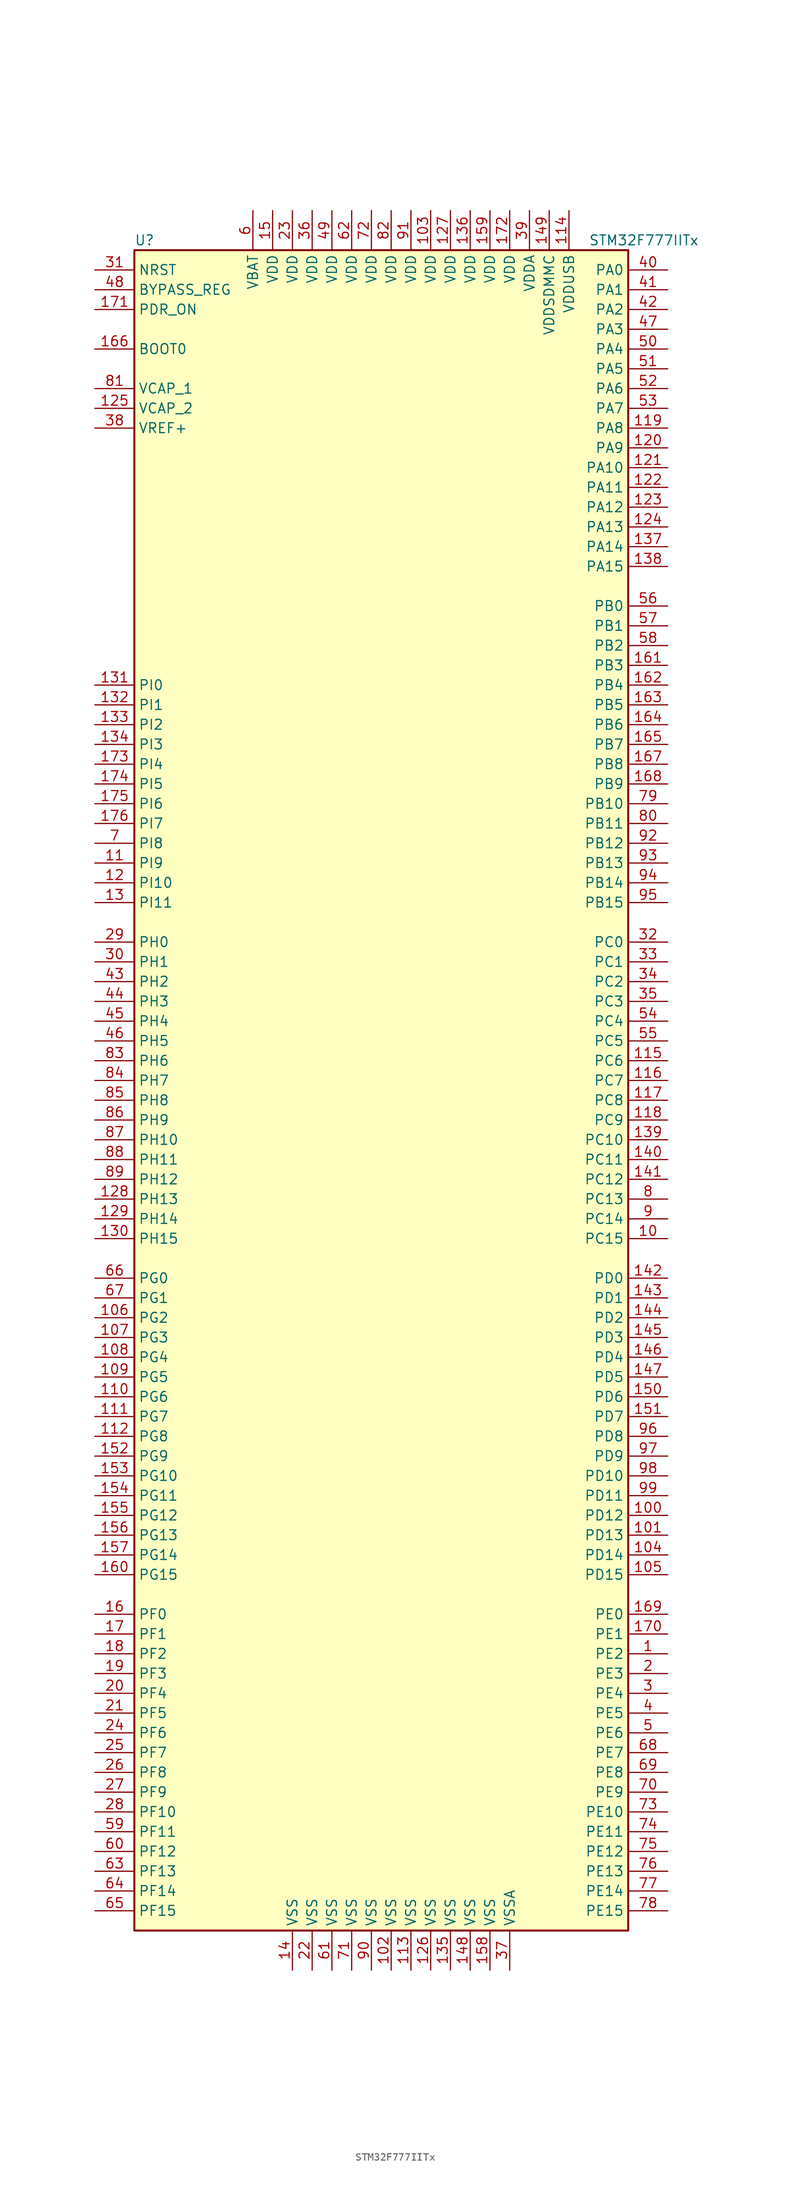
<source format=kicad_sym>
(kicad_symbol_lib
  (version 20201005)
  (generator kicad_symbol_editor)
  (symbol "STM32F777IITx"
    (property "Reference" "U"
      (at -33.02 107.95 0)
      (effects (font (size 1.27 1.27)) (justify left)))
    (property "Value" "STM32F777IITx"
      (at 25.4 107.95 0)
      (effects (font (size 1.27 1.27)) (justify left)))
    (symbol "STM32F777IITx_0_1"
      (rectangle (start -33.02 -109.22) (end 30.48 106.68) (stroke (width 0.254)) (fill (type background))))
    (symbol "STM32F777IITx_1_1"
      (pin bidirectional line (at 35.56 -73.66 180) (length 5.08) (name "PE2" (effects (font (size 1.27 1.27)))) (number "1" (effects (font (size 1.27 1.27)))))
      (pin bidirectional line (at 35.56 -20.32 180) (length 5.08) (name "PC15" (effects (font (size 1.27 1.27)))) (number "10" (effects (font (size 1.27 1.27)))))
      (pin bidirectional line (at 35.56 -55.88 180) (length 5.08) (name "PD12" (effects (font (size 1.27 1.27)))) (number "100" (effects (font (size 1.27 1.27)))))
      (pin bidirectional line (at 35.56 -58.42 180) (length 5.08) (name "PD13" (effects (font (size 1.27 1.27)))) (number "101" (effects (font (size 1.27 1.27)))))
      (pin power_in line (at 0 -114.3 90) (length 5.08) (name "VSS" (effects (font (size 1.27 1.27)))) (number "102" (effects (font (size 1.27 1.27)))))
      (pin power_in line (at 5.08 111.76 270) (length 5.08) (name "VDD" (effects (font (size 1.27 1.27)))) (number "103" (effects (font (size 1.27 1.27)))))
      (pin bidirectional line (at 35.56 -60.96 180) (length 5.08) (name "PD14" (effects (font (size 1.27 1.27)))) (number "104" (effects (font (size 1.27 1.27)))))
      (pin bidirectional line (at 35.56 -63.5 180) (length 5.08) (name "PD15" (effects (font (size 1.27 1.27)))) (number "105" (effects (font (size 1.27 1.27)))))
      (pin bidirectional line (at -38.1 -30.48 0) (length 5.08) (name "PG2" (effects (font (size 1.27 1.27)))) (number "106" (effects (font (size 1.27 1.27)))))
      (pin bidirectional line (at -38.1 -33.02 0) (length 5.08) (name "PG3" (effects (font (size 1.27 1.27)))) (number "107" (effects (font (size 1.27 1.27)))))
      (pin bidirectional line (at -38.1 -35.56 0) (length 5.08) (name "PG4" (effects (font (size 1.27 1.27)))) (number "108" (effects (font (size 1.27 1.27)))))
      (pin bidirectional line (at -38.1 -38.1 0) (length 5.08) (name "PG5" (effects (font (size 1.27 1.27)))) (number "109" (effects (font (size 1.27 1.27)))))
      (pin bidirectional line (at -38.1 27.94 0) (length 5.08) (name "PI9" (effects (font (size 1.27 1.27)))) (number "11" (effects (font (size 1.27 1.27)))))
      (pin bidirectional line (at -38.1 -40.64 0) (length 5.08) (name "PG6" (effects (font (size 1.27 1.27)))) (number "110" (effects (font (size 1.27 1.27)))))
      (pin bidirectional line (at -38.1 -43.18 0) (length 5.08) (name "PG7" (effects (font (size 1.27 1.27)))) (number "111" (effects (font (size 1.27 1.27)))))
      (pin bidirectional line (at -38.1 -45.72 0) (length 5.08) (name "PG8" (effects (font (size 1.27 1.27)))) (number "112" (effects (font (size 1.27 1.27)))))
      (pin power_in line (at 2.54 -114.3 90) (length 5.08) (name "VSS" (effects (font (size 1.27 1.27)))) (number "113" (effects (font (size 1.27 1.27)))))
      (pin power_in line (at 22.86 111.76 270) (length 5.08) (name "VDDUSB" (effects (font (size 1.27 1.27)))) (number "114" (effects (font (size 1.27 1.27)))))
      (pin bidirectional line (at 35.56 2.54 180) (length 5.08) (name "PC6" (effects (font (size 1.27 1.27)))) (number "115" (effects (font (size 1.27 1.27)))))
      (pin bidirectional line (at 35.56 0 180) (length 5.08) (name "PC7" (effects (font (size 1.27 1.27)))) (number "116" (effects (font (size 1.27 1.27)))))
      (pin bidirectional line (at 35.56 -2.54 180) (length 5.08) (name "PC8" (effects (font (size 1.27 1.27)))) (number "117" (effects (font (size 1.27 1.27)))))
      (pin bidirectional line (at 35.56 -5.08 180) (length 5.08) (name "PC9" (effects (font (size 1.27 1.27)))) (number "118" (effects (font (size 1.27 1.27)))))
      (pin bidirectional line (at 35.56 83.82 180) (length 5.08) (name "PA8" (effects (font (size 1.27 1.27)))) (number "119" (effects (font (size 1.27 1.27)))))
      (pin bidirectional line (at -38.1 25.4 0) (length 5.08) (name "PI10" (effects (font (size 1.27 1.27)))) (number "12" (effects (font (size 1.27 1.27)))))
      (pin bidirectional line (at 35.56 81.28 180) (length 5.08) (name "PA9" (effects (font (size 1.27 1.27)))) (number "120" (effects (font (size 1.27 1.27)))))
      (pin bidirectional line (at 35.56 78.74 180) (length 5.08) (name "PA10" (effects (font (size 1.27 1.27)))) (number "121" (effects (font (size 1.27 1.27)))))
      (pin bidirectional line (at 35.56 76.2 180) (length 5.08) (name "PA11" (effects (font (size 1.27 1.27)))) (number "122" (effects (font (size 1.27 1.27)))))
      (pin bidirectional line (at 35.56 73.66 180) (length 5.08) (name "PA12" (effects (font (size 1.27 1.27)))) (number "123" (effects (font (size 1.27 1.27)))))
      (pin bidirectional line (at 35.56 71.12 180) (length 5.08) (name "PA13" (effects (font (size 1.27 1.27)))) (number "124" (effects (font (size 1.27 1.27)))))
      (pin power_in line (at -38.1 86.36 0) (length 5.08) (name "VCAP_2" (effects (font (size 1.27 1.27)))) (number "125" (effects (font (size 1.27 1.27)))))
      (pin power_in line (at 5.08 -114.3 90) (length 5.08) (name "VSS" (effects (font (size 1.27 1.27)))) (number "126" (effects (font (size 1.27 1.27)))))
      (pin power_in line (at 7.62 111.76 270) (length 5.08) (name "VDD" (effects (font (size 1.27 1.27)))) (number "127" (effects (font (size 1.27 1.27)))))
      (pin bidirectional line (at -38.1 -15.24 0) (length 5.08) (name "PH13" (effects (font (size 1.27 1.27)))) (number "128" (effects (font (size 1.27 1.27)))))
      (pin bidirectional line (at -38.1 -17.78 0) (length 5.08) (name "PH14" (effects (font (size 1.27 1.27)))) (number "129" (effects (font (size 1.27 1.27)))))
      (pin bidirectional line (at -38.1 22.86 0) (length 5.08) (name "PI11" (effects (font (size 1.27 1.27)))) (number "13" (effects (font (size 1.27 1.27)))))
      (pin bidirectional line (at -38.1 -20.32 0) (length 5.08) (name "PH15" (effects (font (size 1.27 1.27)))) (number "130" (effects (font (size 1.27 1.27)))))
      (pin bidirectional line (at -38.1 50.8 0) (length 5.08) (name "PI0" (effects (font (size 1.27 1.27)))) (number "131" (effects (font (size 1.27 1.27)))))
      (pin bidirectional line (at -38.1 48.26 0) (length 5.08) (name "PI1" (effects (font (size 1.27 1.27)))) (number "132" (effects (font (size 1.27 1.27)))))
      (pin bidirectional line (at -38.1 45.72 0) (length 5.08) (name "PI2" (effects (font (size 1.27 1.27)))) (number "133" (effects (font (size 1.27 1.27)))))
      (pin bidirectional line (at -38.1 43.18 0) (length 5.08) (name "PI3" (effects (font (size 1.27 1.27)))) (number "134" (effects (font (size 1.27 1.27)))))
      (pin power_in line (at 7.62 -114.3 90) (length 5.08) (name "VSS" (effects (font (size 1.27 1.27)))) (number "135" (effects (font (size 1.27 1.27)))))
      (pin power_in line (at 10.16 111.76 270) (length 5.08) (name "VDD" (effects (font (size 1.27 1.27)))) (number "136" (effects (font (size 1.27 1.27)))))
      (pin bidirectional line (at 35.56 68.58 180) (length 5.08) (name "PA14" (effects (font (size 1.27 1.27)))) (number "137" (effects (font (size 1.27 1.27)))))
      (pin bidirectional line (at 35.56 66.04 180) (length 5.08) (name "PA15" (effects (font (size 1.27 1.27)))) (number "138" (effects (font (size 1.27 1.27)))))
      (pin bidirectional line (at 35.56 -7.62 180) (length 5.08) (name "PC10" (effects (font (size 1.27 1.27)))) (number "139" (effects (font (size 1.27 1.27)))))
      (pin power_in line (at -12.7 -114.3 90) (length 5.08) (name "VSS" (effects (font (size 1.27 1.27)))) (number "14" (effects (font (size 1.27 1.27)))))
      (pin bidirectional line (at 35.56 -10.16 180) (length 5.08) (name "PC11" (effects (font (size 1.27 1.27)))) (number "140" (effects (font (size 1.27 1.27)))))
      (pin bidirectional line (at 35.56 -12.7 180) (length 5.08) (name "PC12" (effects (font (size 1.27 1.27)))) (number "141" (effects (font (size 1.27 1.27)))))
      (pin bidirectional line (at 35.56 -25.4 180) (length 5.08) (name "PD0" (effects (font (size 1.27 1.27)))) (number "142" (effects (font (size 1.27 1.27)))))
      (pin bidirectional line (at 35.56 -27.94 180) (length 5.08) (name "PD1" (effects (font (size 1.27 1.27)))) (number "143" (effects (font (size 1.27 1.27)))))
      (pin bidirectional line (at 35.56 -30.48 180) (length 5.08) (name "PD2" (effects (font (size 1.27 1.27)))) (number "144" (effects (font (size 1.27 1.27)))))
      (pin bidirectional line (at 35.56 -33.02 180) (length 5.08) (name "PD3" (effects (font (size 1.27 1.27)))) (number "145" (effects (font (size 1.27 1.27)))))
      (pin bidirectional line (at 35.56 -35.56 180) (length 5.08) (name "PD4" (effects (font (size 1.27 1.27)))) (number "146" (effects (font (size 1.27 1.27)))))
      (pin bidirectional line (at 35.56 -38.1 180) (length 5.08) (name "PD5" (effects (font (size 1.27 1.27)))) (number "147" (effects (font (size 1.27 1.27)))))
      (pin power_in line (at 10.16 -114.3 90) (length 5.08) (name "VSS" (effects (font (size 1.27 1.27)))) (number "148" (effects (font (size 1.27 1.27)))))
      (pin power_in line (at 20.32 111.76 270) (length 5.08) (name "VDDSDMMC" (effects (font (size 1.27 1.27)))) (number "149" (effects (font (size 1.27 1.27)))))
      (pin power_in line (at -15.24 111.76 270) (length 5.08) (name "VDD" (effects (font (size 1.27 1.27)))) (number "15" (effects (font (size 1.27 1.27)))))
      (pin bidirectional line (at 35.56 -40.64 180) (length 5.08) (name "PD6" (effects (font (size 1.27 1.27)))) (number "150" (effects (font (size 1.27 1.27)))))
      (pin bidirectional line (at 35.56 -43.18 180) (length 5.08) (name "PD7" (effects (font (size 1.27 1.27)))) (number "151" (effects (font (size 1.27 1.27)))))
      (pin bidirectional line (at -38.1 -48.26 0) (length 5.08) (name "PG9" (effects (font (size 1.27 1.27)))) (number "152" (effects (font (size 1.27 1.27)))))
      (pin bidirectional line (at -38.1 -50.8 0) (length 5.08) (name "PG10" (effects (font (size 1.27 1.27)))) (number "153" (effects (font (size 1.27 1.27)))))
      (pin bidirectional line (at -38.1 -53.34 0) (length 5.08) (name "PG11" (effects (font (size 1.27 1.27)))) (number "154" (effects (font (size 1.27 1.27)))))
      (pin bidirectional line (at -38.1 -55.88 0) (length 5.08) (name "PG12" (effects (font (size 1.27 1.27)))) (number "155" (effects (font (size 1.27 1.27)))))
      (pin bidirectional line (at -38.1 -58.42 0) (length 5.08) (name "PG13" (effects (font (size 1.27 1.27)))) (number "156" (effects (font (size 1.27 1.27)))))
      (pin bidirectional line (at -38.1 -60.96 0) (length 5.08) (name "PG14" (effects (font (size 1.27 1.27)))) (number "157" (effects (font (size 1.27 1.27)))))
      (pin power_in line (at 12.7 -114.3 90) (length 5.08) (name "VSS" (effects (font (size 1.27 1.27)))) (number "158" (effects (font (size 1.27 1.27)))))
      (pin power_in line (at 12.7 111.76 270) (length 5.08) (name "VDD" (effects (font (size 1.27 1.27)))) (number "159" (effects (font (size 1.27 1.27)))))
      (pin bidirectional line (at -38.1 -68.58 0) (length 5.08) (name "PF0" (effects (font (size 1.27 1.27)))) (number "16" (effects (font (size 1.27 1.27)))))
      (pin bidirectional line (at -38.1 -63.5 0) (length 5.08) (name "PG15" (effects (font (size 1.27 1.27)))) (number "160" (effects (font (size 1.27 1.27)))))
      (pin bidirectional line (at 35.56 53.34 180) (length 5.08) (name "PB3" (effects (font (size 1.27 1.27)))) (number "161" (effects (font (size 1.27 1.27)))))
      (pin bidirectional line (at 35.56 50.8 180) (length 5.08) (name "PB4" (effects (font (size 1.27 1.27)))) (number "162" (effects (font (size 1.27 1.27)))))
      (pin bidirectional line (at 35.56 48.26 180) (length 5.08) (name "PB5" (effects (font (size 1.27 1.27)))) (number "163" (effects (font (size 1.27 1.27)))))
      (pin bidirectional line (at 35.56 45.72 180) (length 5.08) (name "PB6" (effects (font (size 1.27 1.27)))) (number "164" (effects (font (size 1.27 1.27)))))
      (pin bidirectional line (at 35.56 43.18 180) (length 5.08) (name "PB7" (effects (font (size 1.27 1.27)))) (number "165" (effects (font (size 1.27 1.27)))))
      (pin input line (at -38.1 93.98 0) (length 5.08) (name "BOOT0" (effects (font (size 1.27 1.27)))) (number "166" (effects (font (size 1.27 1.27)))))
      (pin bidirectional line (at 35.56 40.64 180) (length 5.08) (name "PB8" (effects (font (size 1.27 1.27)))) (number "167" (effects (font (size 1.27 1.27)))))
      (pin bidirectional line (at 35.56 38.1 180) (length 5.08) (name "PB9" (effects (font (size 1.27 1.27)))) (number "168" (effects (font (size 1.27 1.27)))))
      (pin bidirectional line (at 35.56 -68.58 180) (length 5.08) (name "PE0" (effects (font (size 1.27 1.27)))) (number "169" (effects (font (size 1.27 1.27)))))
      (pin bidirectional line (at -38.1 -71.12 0) (length 5.08) (name "PF1" (effects (font (size 1.27 1.27)))) (number "17" (effects (font (size 1.27 1.27)))))
      (pin bidirectional line (at 35.56 -71.12 180) (length 5.08) (name "PE1" (effects (font (size 1.27 1.27)))) (number "170" (effects (font (size 1.27 1.27)))))
      (pin input line (at -38.1 99.06 0) (length 5.08) (name "PDR_ON" (effects (font (size 1.27 1.27)))) (number "171" (effects (font (size 1.27 1.27)))))
      (pin power_in line (at 15.24 111.76 270) (length 5.08) (name "VDD" (effects (font (size 1.27 1.27)))) (number "172" (effects (font (size 1.27 1.27)))))
      (pin bidirectional line (at -38.1 40.64 0) (length 5.08) (name "PI4" (effects (font (size 1.27 1.27)))) (number "173" (effects (font (size 1.27 1.27)))))
      (pin bidirectional line (at -38.1 38.1 0) (length 5.08) (name "PI5" (effects (font (size 1.27 1.27)))) (number "174" (effects (font (size 1.27 1.27)))))
      (pin bidirectional line (at -38.1 35.56 0) (length 5.08) (name "PI6" (effects (font (size 1.27 1.27)))) (number "175" (effects (font (size 1.27 1.27)))))
      (pin bidirectional line (at -38.1 33.02 0) (length 5.08) (name "PI7" (effects (font (size 1.27 1.27)))) (number "176" (effects (font (size 1.27 1.27)))))
      (pin bidirectional line (at -38.1 -73.66 0) (length 5.08) (name "PF2" (effects (font (size 1.27 1.27)))) (number "18" (effects (font (size 1.27 1.27)))))
      (pin bidirectional line (at -38.1 -76.2 0) (length 5.08) (name "PF3" (effects (font (size 1.27 1.27)))) (number "19" (effects (font (size 1.27 1.27)))))
      (pin bidirectional line (at 35.56 -76.2 180) (length 5.08) (name "PE3" (effects (font (size 1.27 1.27)))) (number "2" (effects (font (size 1.27 1.27)))))
      (pin bidirectional line (at -38.1 -78.74 0) (length 5.08) (name "PF4" (effects (font (size 1.27 1.27)))) (number "20" (effects (font (size 1.27 1.27)))))
      (pin bidirectional line (at -38.1 -81.28 0) (length 5.08) (name "PF5" (effects (font (size 1.27 1.27)))) (number "21" (effects (font (size 1.27 1.27)))))
      (pin power_in line (at -10.16 -114.3 90) (length 5.08) (name "VSS" (effects (font (size 1.27 1.27)))) (number "22" (effects (font (size 1.27 1.27)))))
      (pin power_in line (at -12.7 111.76 270) (length 5.08) (name "VDD" (effects (font (size 1.27 1.27)))) (number "23" (effects (font (size 1.27 1.27)))))
      (pin bidirectional line (at -38.1 -83.82 0) (length 5.08) (name "PF6" (effects (font (size 1.27 1.27)))) (number "24" (effects (font (size 1.27 1.27)))))
      (pin bidirectional line (at -38.1 -86.36 0) (length 5.08) (name "PF7" (effects (font (size 1.27 1.27)))) (number "25" (effects (font (size 1.27 1.27)))))
      (pin bidirectional line (at -38.1 -88.9 0) (length 5.08) (name "PF8" (effects (font (size 1.27 1.27)))) (number "26" (effects (font (size 1.27 1.27)))))
      (pin bidirectional line (at -38.1 -91.44 0) (length 5.08) (name "PF9" (effects (font (size 1.27 1.27)))) (number "27" (effects (font (size 1.27 1.27)))))
      (pin bidirectional line (at -38.1 -93.98 0) (length 5.08) (name "PF10" (effects (font (size 1.27 1.27)))) (number "28" (effects (font (size 1.27 1.27)))))
      (pin input line (at -38.1 17.78 0) (length 5.08) (name "PH0" (effects (font (size 1.27 1.27)))) (number "29" (effects (font (size 1.27 1.27)))))
      (pin bidirectional line (at 35.56 -78.74 180) (length 5.08) (name "PE4" (effects (font (size 1.27 1.27)))) (number "3" (effects (font (size 1.27 1.27)))))
      (pin input line (at -38.1 15.24 0) (length 5.08) (name "PH1" (effects (font (size 1.27 1.27)))) (number "30" (effects (font (size 1.27 1.27)))))
      (pin input line (at -38.1 104.14 0) (length 5.08) (name "NRST" (effects (font (size 1.27 1.27)))) (number "31" (effects (font (size 1.27 1.27)))))
      (pin bidirectional line (at 35.56 17.78 180) (length 5.08) (name "PC0" (effects (font (size 1.27 1.27)))) (number "32" (effects (font (size 1.27 1.27)))))
      (pin bidirectional line (at 35.56 15.24 180) (length 5.08) (name "PC1" (effects (font (size 1.27 1.27)))) (number "33" (effects (font (size 1.27 1.27)))))
      (pin bidirectional line (at 35.56 12.7 180) (length 5.08) (name "PC2" (effects (font (size 1.27 1.27)))) (number "34" (effects (font (size 1.27 1.27)))))
      (pin bidirectional line (at 35.56 10.16 180) (length 5.08) (name "PC3" (effects (font (size 1.27 1.27)))) (number "35" (effects (font (size 1.27 1.27)))))
      (pin power_in line (at -10.16 111.76 270) (length 5.08) (name "VDD" (effects (font (size 1.27 1.27)))) (number "36" (effects (font (size 1.27 1.27)))))
      (pin power_in line (at 15.24 -114.3 90) (length 5.08) (name "VSSA" (effects (font (size 1.27 1.27)))) (number "37" (effects (font (size 1.27 1.27)))))
      (pin power_in line (at -38.1 83.82 0) (length 5.08) (name "VREF+" (effects (font (size 1.27 1.27)))) (number "38" (effects (font (size 1.27 1.27)))))
      (pin power_in line (at 17.78 111.76 270) (length 5.08) (name "VDDA" (effects (font (size 1.27 1.27)))) (number "39" (effects (font (size 1.27 1.27)))))
      (pin bidirectional line (at 35.56 -81.28 180) (length 5.08) (name "PE5" (effects (font (size 1.27 1.27)))) (number "4" (effects (font (size 1.27 1.27)))))
      (pin bidirectional line (at 35.56 104.14 180) (length 5.08) (name "PA0" (effects (font (size 1.27 1.27)))) (number "40" (effects (font (size 1.27 1.27)))))
      (pin bidirectional line (at 35.56 101.6 180) (length 5.08) (name "PA1" (effects (font (size 1.27 1.27)))) (number "41" (effects (font (size 1.27 1.27)))))
      (pin bidirectional line (at 35.56 99.06 180) (length 5.08) (name "PA2" (effects (font (size 1.27 1.27)))) (number "42" (effects (font (size 1.27 1.27)))))
      (pin bidirectional line (at -38.1 12.7 0) (length 5.08) (name "PH2" (effects (font (size 1.27 1.27)))) (number "43" (effects (font (size 1.27 1.27)))))
      (pin bidirectional line (at -38.1 10.16 0) (length 5.08) (name "PH3" (effects (font (size 1.27 1.27)))) (number "44" (effects (font (size 1.27 1.27)))))
      (pin bidirectional line (at -38.1 7.62 0) (length 5.08) (name "PH4" (effects (font (size 1.27 1.27)))) (number "45" (effects (font (size 1.27 1.27)))))
      (pin bidirectional line (at -38.1 5.08 0) (length 5.08) (name "PH5" (effects (font (size 1.27 1.27)))) (number "46" (effects (font (size 1.27 1.27)))))
      (pin bidirectional line (at 35.56 96.52 180) (length 5.08) (name "PA3" (effects (font (size 1.27 1.27)))) (number "47" (effects (font (size 1.27 1.27)))))
      (pin input line (at -38.1 101.6 0) (length 5.08) (name "BYPASS_REG" (effects (font (size 1.27 1.27)))) (number "48" (effects (font (size 1.27 1.27)))))
      (pin power_in line (at -7.62 111.76 270) (length 5.08) (name "VDD" (effects (font (size 1.27 1.27)))) (number "49" (effects (font (size 1.27 1.27)))))
      (pin bidirectional line (at 35.56 -83.82 180) (length 5.08) (name "PE6" (effects (font (size 1.27 1.27)))) (number "5" (effects (font (size 1.27 1.27)))))
      (pin bidirectional line (at 35.56 93.98 180) (length 5.08) (name "PA4" (effects (font (size 1.27 1.27)))) (number "50" (effects (font (size 1.27 1.27)))))
      (pin bidirectional line (at 35.56 91.44 180) (length 5.08) (name "PA5" (effects (font (size 1.27 1.27)))) (number "51" (effects (font (size 1.27 1.27)))))
      (pin bidirectional line (at 35.56 88.9 180) (length 5.08) (name "PA6" (effects (font (size 1.27 1.27)))) (number "52" (effects (font (size 1.27 1.27)))))
      (pin bidirectional line (at 35.56 86.36 180) (length 5.08) (name "PA7" (effects (font (size 1.27 1.27)))) (number "53" (effects (font (size 1.27 1.27)))))
      (pin bidirectional line (at 35.56 7.62 180) (length 5.08) (name "PC4" (effects (font (size 1.27 1.27)))) (number "54" (effects (font (size 1.27 1.27)))))
      (pin bidirectional line (at 35.56 5.08 180) (length 5.08) (name "PC5" (effects (font (size 1.27 1.27)))) (number "55" (effects (font (size 1.27 1.27)))))
      (pin bidirectional line (at 35.56 60.96 180) (length 5.08) (name "PB0" (effects (font (size 1.27 1.27)))) (number "56" (effects (font (size 1.27 1.27)))))
      (pin bidirectional line (at 35.56 58.42 180) (length 5.08) (name "PB1" (effects (font (size 1.27 1.27)))) (number "57" (effects (font (size 1.27 1.27)))))
      (pin bidirectional line (at 35.56 55.88 180) (length 5.08) (name "PB2" (effects (font (size 1.27 1.27)))) (number "58" (effects (font (size 1.27 1.27)))))
      (pin bidirectional line (at -38.1 -96.52 0) (length 5.08) (name "PF11" (effects (font (size 1.27 1.27)))) (number "59" (effects (font (size 1.27 1.27)))))
      (pin power_in line (at -17.78 111.76 270) (length 5.08) (name "VBAT" (effects (font (size 1.27 1.27)))) (number "6" (effects (font (size 1.27 1.27)))))
      (pin bidirectional line (at -38.1 -99.06 0) (length 5.08) (name "PF12" (effects (font (size 1.27 1.27)))) (number "60" (effects (font (size 1.27 1.27)))))
      (pin power_in line (at -7.62 -114.3 90) (length 5.08) (name "VSS" (effects (font (size 1.27 1.27)))) (number "61" (effects (font (size 1.27 1.27)))))
      (pin power_in line (at -5.08 111.76 270) (length 5.08) (name "VDD" (effects (font (size 1.27 1.27)))) (number "62" (effects (font (size 1.27 1.27)))))
      (pin bidirectional line (at -38.1 -101.6 0) (length 5.08) (name "PF13" (effects (font (size 1.27 1.27)))) (number "63" (effects (font (size 1.27 1.27)))))
      (pin bidirectional line (at -38.1 -104.14 0) (length 5.08) (name "PF14" (effects (font (size 1.27 1.27)))) (number "64" (effects (font (size 1.27 1.27)))))
      (pin bidirectional line (at -38.1 -106.68 0) (length 5.08) (name "PF15" (effects (font (size 1.27 1.27)))) (number "65" (effects (font (size 1.27 1.27)))))
      (pin bidirectional line (at -38.1 -25.4 0) (length 5.08) (name "PG0" (effects (font (size 1.27 1.27)))) (number "66" (effects (font (size 1.27 1.27)))))
      (pin bidirectional line (at -38.1 -27.94 0) (length 5.08) (name "PG1" (effects (font (size 1.27 1.27)))) (number "67" (effects (font (size 1.27 1.27)))))
      (pin bidirectional line (at 35.56 -86.36 180) (length 5.08) (name "PE7" (effects (font (size 1.27 1.27)))) (number "68" (effects (font (size 1.27 1.27)))))
      (pin bidirectional line (at 35.56 -88.9 180) (length 5.08) (name "PE8" (effects (font (size 1.27 1.27)))) (number "69" (effects (font (size 1.27 1.27)))))
      (pin bidirectional line (at -38.1 30.48 0) (length 5.08) (name "PI8" (effects (font (size 1.27 1.27)))) (number "7" (effects (font (size 1.27 1.27)))))
      (pin bidirectional line (at 35.56 -91.44 180) (length 5.08) (name "PE9" (effects (font (size 1.27 1.27)))) (number "70" (effects (font (size 1.27 1.27)))))
      (pin power_in line (at -5.08 -114.3 90) (length 5.08) (name "VSS" (effects (font (size 1.27 1.27)))) (number "71" (effects (font (size 1.27 1.27)))))
      (pin power_in line (at -2.54 111.76 270) (length 5.08) (name "VDD" (effects (font (size 1.27 1.27)))) (number "72" (effects (font (size 1.27 1.27)))))
      (pin bidirectional line (at 35.56 -93.98 180) (length 5.08) (name "PE10" (effects (font (size 1.27 1.27)))) (number "73" (effects (font (size 1.27 1.27)))))
      (pin bidirectional line (at 35.56 -96.52 180) (length 5.08) (name "PE11" (effects (font (size 1.27 1.27)))) (number "74" (effects (font (size 1.27 1.27)))))
      (pin bidirectional line (at 35.56 -99.06 180) (length 5.08) (name "PE12" (effects (font (size 1.27 1.27)))) (number "75" (effects (font (size 1.27 1.27)))))
      (pin bidirectional line (at 35.56 -101.6 180) (length 5.08) (name "PE13" (effects (font (size 1.27 1.27)))) (number "76" (effects (font (size 1.27 1.27)))))
      (pin bidirectional line (at 35.56 -104.14 180) (length 5.08) (name "PE14" (effects (font (size 1.27 1.27)))) (number "77" (effects (font (size 1.27 1.27)))))
      (pin bidirectional line (at 35.56 -106.68 180) (length 5.08) (name "PE15" (effects (font (size 1.27 1.27)))) (number "78" (effects (font (size 1.27 1.27)))))
      (pin bidirectional line (at 35.56 35.56 180) (length 5.08) (name "PB10" (effects (font (size 1.27 1.27)))) (number "79" (effects (font (size 1.27 1.27)))))
      (pin bidirectional line (at 35.56 -15.24 180) (length 5.08) (name "PC13" (effects (font (size 1.27 1.27)))) (number "8" (effects (font (size 1.27 1.27)))))
      (pin bidirectional line (at 35.56 33.02 180) (length 5.08) (name "PB11" (effects (font (size 1.27 1.27)))) (number "80" (effects (font (size 1.27 1.27)))))
      (pin power_in line (at -38.1 88.9 0) (length 5.08) (name "VCAP_1" (effects (font (size 1.27 1.27)))) (number "81" (effects (font (size 1.27 1.27)))))
      (pin power_in line (at 0 111.76 270) (length 5.08) (name "VDD" (effects (font (size 1.27 1.27)))) (number "82" (effects (font (size 1.27 1.27)))))
      (pin bidirectional line (at -38.1 2.54 0) (length 5.08) (name "PH6" (effects (font (size 1.27 1.27)))) (number "83" (effects (font (size 1.27 1.27)))))
      (pin bidirectional line (at -38.1 0 0) (length 5.08) (name "PH7" (effects (font (size 1.27 1.27)))) (number "84" (effects (font (size 1.27 1.27)))))
      (pin bidirectional line (at -38.1 -2.54 0) (length 5.08) (name "PH8" (effects (font (size 1.27 1.27)))) (number "85" (effects (font (size 1.27 1.27)))))
      (pin bidirectional line (at -38.1 -5.08 0) (length 5.08) (name "PH9" (effects (font (size 1.27 1.27)))) (number "86" (effects (font (size 1.27 1.27)))))
      (pin bidirectional line (at -38.1 -7.62 0) (length 5.08) (name "PH10" (effects (font (size 1.27 1.27)))) (number "87" (effects (font (size 1.27 1.27)))))
      (pin bidirectional line (at -38.1 -10.16 0) (length 5.08) (name "PH11" (effects (font (size 1.27 1.27)))) (number "88" (effects (font (size 1.27 1.27)))))
      (pin bidirectional line (at -38.1 -12.7 0) (length 5.08) (name "PH12" (effects (font (size 1.27 1.27)))) (number "89" (effects (font (size 1.27 1.27)))))
      (pin bidirectional line (at 35.56 -17.78 180) (length 5.08) (name "PC14" (effects (font (size 1.27 1.27)))) (number "9" (effects (font (size 1.27 1.27)))))
      (pin power_in line (at -2.54 -114.3 90) (length 5.08) (name "VSS" (effects (font (size 1.27 1.27)))) (number "90" (effects (font (size 1.27 1.27)))))
      (pin power_in line (at 2.54 111.76 270) (length 5.08) (name "VDD" (effects (font (size 1.27 1.27)))) (number "91" (effects (font (size 1.27 1.27)))))
      (pin bidirectional line (at 35.56 30.48 180) (length 5.08) (name "PB12" (effects (font (size 1.27 1.27)))) (number "92" (effects (font (size 1.27 1.27)))))
      (pin bidirectional line (at 35.56 27.94 180) (length 5.08) (name "PB13" (effects (font (size 1.27 1.27)))) (number "93" (effects (font (size 1.27 1.27)))))
      (pin bidirectional line (at 35.56 25.4 180) (length 5.08) (name "PB14" (effects (font (size 1.27 1.27)))) (number "94" (effects (font (size 1.27 1.27)))))
      (pin bidirectional line (at 35.56 22.86 180) (length 5.08) (name "PB15" (effects (font (size 1.27 1.27)))) (number "95" (effects (font (size 1.27 1.27)))))
      (pin bidirectional line (at 35.56 -45.72 180) (length 5.08) (name "PD8" (effects (font (size 1.27 1.27)))) (number "96" (effects (font (size 1.27 1.27)))))
      (pin bidirectional line (at 35.56 -48.26 180) (length 5.08) (name "PD9" (effects (font (size 1.27 1.27)))) (number "97" (effects (font (size 1.27 1.27)))))
      (pin bidirectional line (at 35.56 -50.8 180) (length 5.08) (name "PD10" (effects (font (size 1.27 1.27)))) (number "98" (effects (font (size 1.27 1.27)))))
      (pin bidirectional line (at 35.56 -53.34 180) (length 5.08) (name "PD11" (effects (font (size 1.27 1.27)))) (number "99" (effects (font (size 1.27 1.27))))))))
</source>
